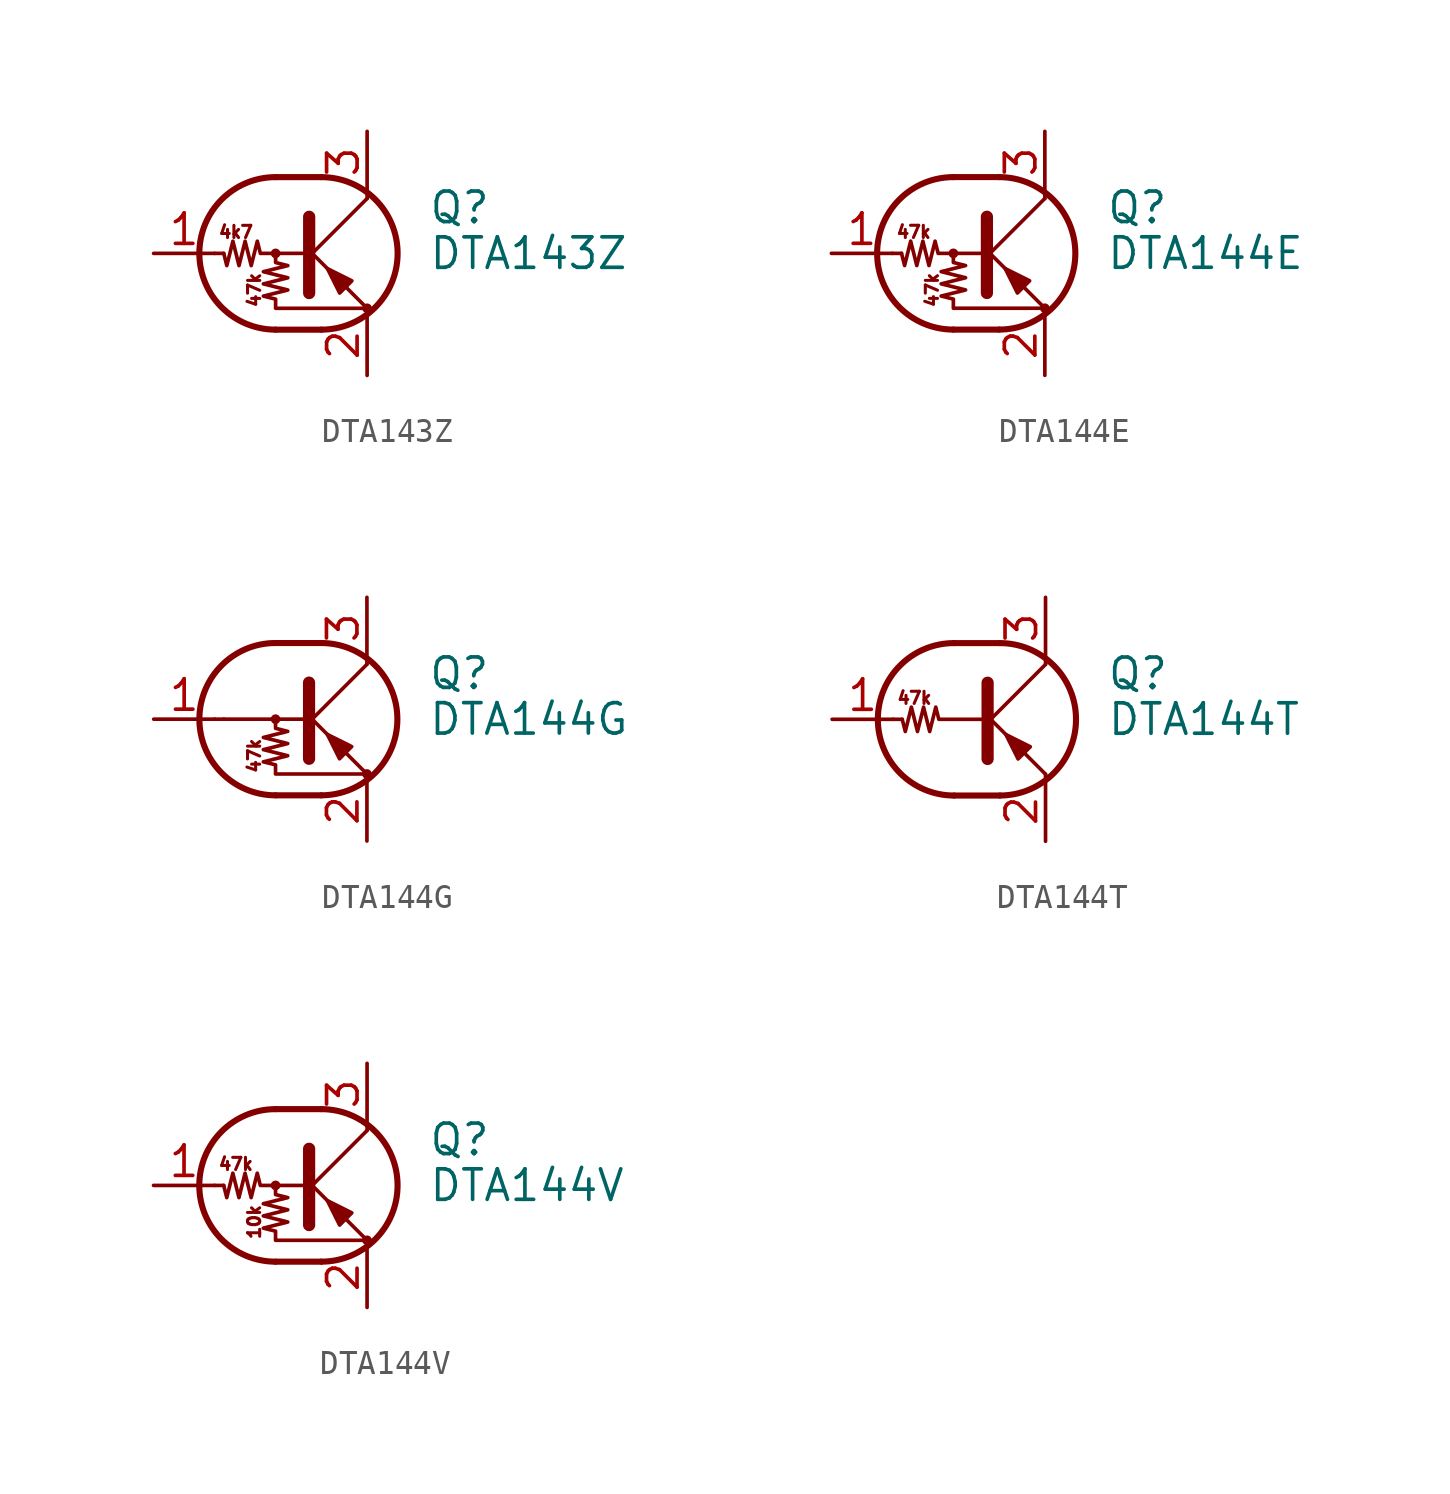
<source format=kicad_sym>
(kicad_symbol_lib
  (version 20200908)
  (generator kicad_symbol_editor)
  (symbol "Transistor_BJT:DTA143Z"
    (pin_names
      (offset 0) hide)
    (property "Reference" "Q"
      (at 5.08 1.905 0)
      (effects (font (size 1.27 1.27)) (justify left)))
    (property "Value" "DTA143Z"
      (at 5.08 0 0)
      (effects (font (size 1.27 1.27)) (justify left)))
    (symbol "DTA143Z_0_1"
      (arc (start -1.27 3.175) (end -1.27 -3.175) (radius (at -1.27 0) (length 3.175) (angles 90.1 -90.1)) (stroke (width 0.254)) (fill (type none)))
      (arc (start 0.635 -3.175) (end 0.635 3.175) (radius (at 0.635 0) (length 3.175) (angles -89.9 89.9)) (stroke (width 0.254)) (fill (type none)))
      (circle (center -1.27 0) (radius 0.127) (stroke (width 0)) (fill (type none)))
      (circle (center 2.54 -2.286) (radius 0.127) (stroke (width 0)) (fill (type none)))
      (polyline (pts (xy -3.429 0) (xy -3.81 0)) (stroke (width 0)) (fill (type none)))
      (polyline (pts (xy -1.27 -3.175) (xy 0.635 -3.175)) (stroke (width 0.254)) (fill (type none)))
      (polyline (pts (xy -1.27 3.175) (xy 0.635 3.175)) (stroke (width 0.254)) (fill (type none)))
      (polyline (pts (xy 0 -0.254) (xy 2.54 2.286)) (stroke (width 0)) (fill (type none)))
      (polyline (pts (xy 0.127 1.524) (xy 0.127 -1.651)) (stroke (width 0.508)) (fill (type outline)))
      (polyline (pts (xy 2.54 2.286) (xy 2.54 2.54)) (stroke (width 0)) (fill (type none)))
      (polyline (pts (xy 2.54 -2.286) (xy 0 0.254) (xy 0 0.254)) (stroke (width 0)) (fill (type none)))
      (polyline (pts (xy 1.397 -1.651) (xy 1.905 -1.143) (xy 0.889 -0.635) (xy 1.397 -1.651)) (stroke (width 0)) (fill (type outline)))
      (polyline (pts (xy 0 0) (xy -1.905 0) (xy -2.032 0.508) (xy -2.286 -0.508) (xy -2.54 0.508) (xy -2.794 -0.508) (xy -3.048 0.508) (xy -3.302 -0.508) (xy -3.429 0)) (stroke (width 0)) (fill (type none)))
      (polyline (pts (xy -1.27 0) (xy -1.27 -0.381) (xy -0.762 -0.508) (xy -1.778 -0.762) (xy -0.762 -1.016) (xy -1.778 -1.27) (xy -0.762 -1.524) (xy -1.778 -1.778) (xy -1.27 -1.905) (xy -1.27 -2.286) (xy 2.54 -2.286)) (stroke (width 0)) (fill (type none))))
    (symbol "DTA143Z_0_0"
      (text "47k" (at -2.159 -1.524 900) (effects (font (size 0.508 0.508))))
      (text "4k7" (at -2.921 0.889 0) (effects (font (size 0.508 0.508)))))
    (symbol "DTA143Z_1_1"
      (pin input line (at -6.35 0 0) (length 2.54) (name "B" (effects (font (size 1.27 1.27)))) (number "1" (effects (font (size 1.27 1.27)))))
      (pin passive line (at 2.54 -5.08 90) (length 2.54) (name "E" (effects (font (size 1.27 1.27)))) (number "2" (effects (font (size 1.27 1.27)))))
      (pin passive line (at 2.54 5.08 270) (length 2.54) (name "C" (effects (font (size 1.27 1.27)))) (number "3" (effects (font (size 1.27 1.27)))))))
  (symbol "Transistor_BJT:DTA144E"
    (pin_names
      (offset 0) hide)
    (property "Reference" "Q"
      (at 5.08 1.905 0)
      (effects (font (size 1.27 1.27)) (justify left)))
    (property "Value" "DTA144E"
      (at 5.08 0 0)
      (effects (font (size 1.27 1.27)) (justify left)))
    (symbol "DTA144E_0_1"
      (arc (start -1.27 3.175) (end -1.27 -3.175) (radius (at -1.27 0) (length 3.175) (angles 90.1 -90.1)) (stroke (width 0.254)) (fill (type none)))
      (arc (start 0.635 -3.175) (end 0.635 3.175) (radius (at 0.635 0) (length 3.175) (angles -89.9 89.9)) (stroke (width 0.254)) (fill (type none)))
      (circle (center -1.27 0) (radius 0.127) (stroke (width 0)) (fill (type none)))
      (circle (center 2.54 -2.286) (radius 0.127) (stroke (width 0)) (fill (type none)))
      (polyline (pts (xy -3.429 0) (xy -3.81 0)) (stroke (width 0)) (fill (type none)))
      (polyline (pts (xy -1.27 -3.175) (xy 0.635 -3.175)) (stroke (width 0.254)) (fill (type none)))
      (polyline (pts (xy -1.27 3.175) (xy 0.635 3.175)) (stroke (width 0.254)) (fill (type none)))
      (polyline (pts (xy 0 -0.254) (xy 2.54 2.286)) (stroke (width 0)) (fill (type none)))
      (polyline (pts (xy 0.127 1.524) (xy 0.127 -1.651)) (stroke (width 0.508)) (fill (type outline)))
      (polyline (pts (xy 2.54 2.286) (xy 2.54 2.54)) (stroke (width 0)) (fill (type none)))
      (polyline (pts (xy 2.54 -2.286) (xy 0 0.254) (xy 0 0.254)) (stroke (width 0)) (fill (type none)))
      (polyline (pts (xy 1.397 -1.651) (xy 1.905 -1.143) (xy 0.889 -0.635) (xy 1.397 -1.651)) (stroke (width 0)) (fill (type outline)))
      (polyline (pts (xy 0 0) (xy -1.905 0) (xy -2.032 0.508) (xy -2.286 -0.508) (xy -2.54 0.508) (xy -2.794 -0.508) (xy -3.048 0.508) (xy -3.302 -0.508) (xy -3.429 0)) (stroke (width 0)) (fill (type none)))
      (polyline (pts (xy -1.27 0) (xy -1.27 -0.381) (xy -0.762 -0.508) (xy -1.778 -0.762) (xy -0.762 -1.016) (xy -1.778 -1.27) (xy -0.762 -1.524) (xy -1.778 -1.778) (xy -1.27 -1.905) (xy -1.27 -2.286) (xy 2.54 -2.286)) (stroke (width 0)) (fill (type none))))
    (symbol "DTA144E_0_0"
      (text "47k" (at -2.921 0.889 0) (effects (font (size 0.508 0.508))))
      (text "47k" (at -2.159 -1.524 900) (effects (font (size 0.508 0.508)))))
    (symbol "DTA144E_1_1"
      (pin input line (at -6.35 0 0) (length 2.54) (name "B" (effects (font (size 1.27 1.27)))) (number "1" (effects (font (size 1.27 1.27)))))
      (pin passive line (at 2.54 -5.08 90) (length 2.54) (name "E" (effects (font (size 1.27 1.27)))) (number "2" (effects (font (size 1.27 1.27)))))
      (pin passive line (at 2.54 5.08 270) (length 2.54) (name "C" (effects (font (size 1.27 1.27)))) (number "3" (effects (font (size 1.27 1.27)))))))
  (symbol "Transistor_BJT:DTA144G"
    (pin_names
      (offset 0) hide)
    (property "Reference" "Q"
      (at 5.08 1.905 0)
      (effects (font (size 1.27 1.27)) (justify left)))
    (property "Value" "DTA144G"
      (at 5.08 0 0)
      (effects (font (size 1.27 1.27)) (justify left)))
    (symbol "DTA144G_0_1"
      (arc (start -1.27 3.175) (end -1.27 -3.175) (radius (at -1.27 0) (length 3.175) (angles 90.1 -90.1)) (stroke (width 0.254)) (fill (type none)))
      (arc (start 0.635 -3.175) (end 0.635 3.175) (radius (at 0.635 0) (length 3.175) (angles -89.9 89.9)) (stroke (width 0.254)) (fill (type none)))
      (circle (center -1.27 0) (radius 0.127) (stroke (width 0)) (fill (type none)))
      (circle (center 2.54 -2.286) (radius 0.127) (stroke (width 0)) (fill (type none)))
      (polyline (pts (xy -3.429 0) (xy -3.81 0)) (stroke (width 0)) (fill (type none)))
      (polyline (pts (xy -1.27 -3.175) (xy 0.635 -3.175)) (stroke (width 0.254)) (fill (type none)))
      (polyline (pts (xy -1.27 3.175) (xy 0.635 3.175)) (stroke (width 0.254)) (fill (type none)))
      (polyline (pts (xy 0 -0.254) (xy 2.54 2.286)) (stroke (width 0)) (fill (type none)))
      (polyline (pts (xy 0.127 1.524) (xy 0.127 -1.651)) (stroke (width 0.508)) (fill (type outline)))
      (polyline (pts (xy 2.54 2.286) (xy 2.54 2.54)) (stroke (width 0)) (fill (type none)))
      (polyline (pts (xy 2.54 -2.286) (xy 0 0.254) (xy 0 0.254)) (stroke (width 0)) (fill (type none)))
      (polyline (pts (xy 1.397 -1.651) (xy 1.905 -1.143) (xy 0.889 -0.635) (xy 1.397 -1.651)) (stroke (width 0)) (fill (type outline)))
      (polyline (pts (xy -1.27 0) (xy -1.27 -0.381) (xy -0.762 -0.508) (xy -1.778 -0.762) (xy -0.762 -1.016) (xy -1.778 -1.27) (xy -0.762 -1.524) (xy -1.778 -1.778) (xy -1.27 -1.905) (xy -1.27 -2.286) (xy 2.54 -2.286)) (stroke (width 0)) (fill (type none))))
    (symbol "DTA144G_0_0"
      (text "47k" (at -2.159 -1.524 900) (effects (font (size 0.508 0.508))))
      (polyline (pts (xy -3.429 0) (xy 0 0)) (stroke (width 0)) (fill (type none))))
    (symbol "DTA144G_1_1"
      (pin input line (at -6.35 0 0) (length 2.54) (name "B" (effects (font (size 1.27 1.27)))) (number "1" (effects (font (size 1.27 1.27)))))
      (pin passive line (at 2.54 -5.08 90) (length 2.54) (name "E" (effects (font (size 1.27 1.27)))) (number "2" (effects (font (size 1.27 1.27)))))
      (pin passive line (at 2.54 5.08 270) (length 2.54) (name "C" (effects (font (size 1.27 1.27)))) (number "3" (effects (font (size 1.27 1.27)))))))
  (symbol "Transistor_BJT:DTA144T"
    (pin_names
      (offset 0) hide)
    (property "Reference" "Q"
      (at 5.08 1.905 0)
      (effects (font (size 1.27 1.27)) (justify left)))
    (property "Value" "DTA144T"
      (at 5.08 0 0)
      (effects (font (size 1.27 1.27)) (justify left)))
    (symbol "DTA144T_0_1"
      (arc (start -1.27 3.175) (end -1.27 -3.175) (radius (at -1.27 0) (length 3.175) (angles 90.1 -90.1)) (stroke (width 0.254)) (fill (type none)))
      (arc (start 0.635 -3.175) (end 0.635 3.175) (radius (at 0.635 0) (length 3.175) (angles -89.9 89.9)) (stroke (width 0.254)) (fill (type none)))
      (polyline (pts (xy -3.429 0) (xy -3.81 0)) (stroke (width 0)) (fill (type none)))
      (polyline (pts (xy -1.27 -3.175) (xy 0.635 -3.175)) (stroke (width 0.254)) (fill (type none)))
      (polyline (pts (xy -1.27 3.175) (xy 0.635 3.175)) (stroke (width 0.254)) (fill (type none)))
      (polyline (pts (xy 0 -0.254) (xy 2.54 2.286)) (stroke (width 0)) (fill (type none)))
      (polyline (pts (xy 0.127 1.524) (xy 0.127 -1.651)) (stroke (width 0.508)) (fill (type outline)))
      (polyline (pts (xy 2.54 2.286) (xy 2.54 2.54)) (stroke (width 0)) (fill (type none)))
      (polyline (pts (xy 2.54 -2.286) (xy 0 0.254) (xy 0 0.254)) (stroke (width 0)) (fill (type none)))
      (polyline (pts (xy 1.397 -1.651) (xy 1.905 -1.143) (xy 0.889 -0.635) (xy 1.397 -1.651)) (stroke (width 0)) (fill (type outline)))
      (polyline (pts (xy 0 0) (xy -1.905 0) (xy -2.032 0.508) (xy -2.286 -0.508) (xy -2.54 0.508) (xy -2.794 -0.508) (xy -3.048 0.508) (xy -3.302 -0.508) (xy -3.429 0)) (stroke (width 0)) (fill (type none))))
    (symbol "DTA144T_0_0"
      (text "47k" (at -2.921 0.889 0) (effects (font (size 0.508 0.508))))
      (polyline (pts (xy 2.54 -2.286) (xy 2.54 -2.54)) (stroke (width 0)) (fill (type none))))
    (symbol "DTA144T_1_1"
      (pin input line (at -6.35 0 0) (length 2.54) (name "B" (effects (font (size 1.27 1.27)))) (number "1" (effects (font (size 1.27 1.27)))))
      (pin passive line (at 2.54 -5.08 90) (length 2.54) (name "E" (effects (font (size 1.27 1.27)))) (number "2" (effects (font (size 1.27 1.27)))))
      (pin passive line (at 2.54 5.08 270) (length 2.54) (name "C" (effects (font (size 1.27 1.27)))) (number "3" (effects (font (size 1.27 1.27)))))))
  (symbol "Transistor_BJT:DTA144V"
    (pin_names
      (offset 0) hide)
    (property "Reference" "Q"
      (at 5.08 1.905 0)
      (effects (font (size 1.27 1.27)) (justify left)))
    (property "Value" "DTA144V"
      (at 5.08 0 0)
      (effects (font (size 1.27 1.27)) (justify left)))
    (symbol "DTA144V_0_1"
      (arc (start -1.27 3.175) (end -1.27 -3.175) (radius (at -1.27 0) (length 3.175) (angles 90.1 -90.1)) (stroke (width 0.254)) (fill (type none)))
      (arc (start 0.635 -3.175) (end 0.635 3.175) (radius (at 0.635 0) (length 3.175) (angles -89.9 89.9)) (stroke (width 0.254)) (fill (type none)))
      (circle (center -1.27 0) (radius 0.127) (stroke (width 0)) (fill (type none)))
      (circle (center 2.54 -2.286) (radius 0.127) (stroke (width 0)) (fill (type none)))
      (polyline (pts (xy -3.429 0) (xy -3.81 0)) (stroke (width 0)) (fill (type none)))
      (polyline (pts (xy -1.27 -3.175) (xy 0.635 -3.175)) (stroke (width 0.254)) (fill (type none)))
      (polyline (pts (xy -1.27 3.175) (xy 0.635 3.175)) (stroke (width 0.254)) (fill (type none)))
      (polyline (pts (xy 0 -0.254) (xy 2.54 2.286)) (stroke (width 0)) (fill (type none)))
      (polyline (pts (xy 0.127 1.524) (xy 0.127 -1.651)) (stroke (width 0.508)) (fill (type outline)))
      (polyline (pts (xy 2.54 2.286) (xy 2.54 2.54)) (stroke (width 0)) (fill (type none)))
      (polyline (pts (xy 2.54 -2.286) (xy 0 0.254) (xy 0 0.254)) (stroke (width 0)) (fill (type none)))
      (polyline (pts (xy 1.397 -1.651) (xy 1.905 -1.143) (xy 0.889 -0.635) (xy 1.397 -1.651)) (stroke (width 0)) (fill (type outline)))
      (polyline (pts (xy 0 0) (xy -1.905 0) (xy -2.032 0.508) (xy -2.286 -0.508) (xy -2.54 0.508) (xy -2.794 -0.508) (xy -3.048 0.508) (xy -3.302 -0.508) (xy -3.429 0)) (stroke (width 0)) (fill (type none)))
      (polyline (pts (xy -1.27 0) (xy -1.27 -0.381) (xy -0.762 -0.508) (xy -1.778 -0.762) (xy -0.762 -1.016) (xy -1.778 -1.27) (xy -0.762 -1.524) (xy -1.778 -1.778) (xy -1.27 -1.905) (xy -1.27 -2.286) (xy 2.54 -2.286)) (stroke (width 0)) (fill (type none))))
    (symbol "DTA144V_0_0"
      (text "10k" (at -2.159 -1.524 900) (effects (font (size 0.508 0.508))))
      (text "47k" (at -2.921 0.889 0) (effects (font (size 0.508 0.508)))))
    (symbol "DTA144V_1_1"
      (pin input line (at -6.35 0 0) (length 2.54) (name "B" (effects (font (size 1.27 1.27)))) (number "1" (effects (font (size 1.27 1.27)))))
      (pin passive line (at 2.54 -5.08 90) (length 2.54) (name "E" (effects (font (size 1.27 1.27)))) (number "2" (effects (font (size 1.27 1.27)))))
      (pin passive line (at 2.54 5.08 270) (length 2.54) (name "C" (effects (font (size 1.27 1.27)))) (number "3" (effects (font (size 1.27 1.27))))))))
</source>
